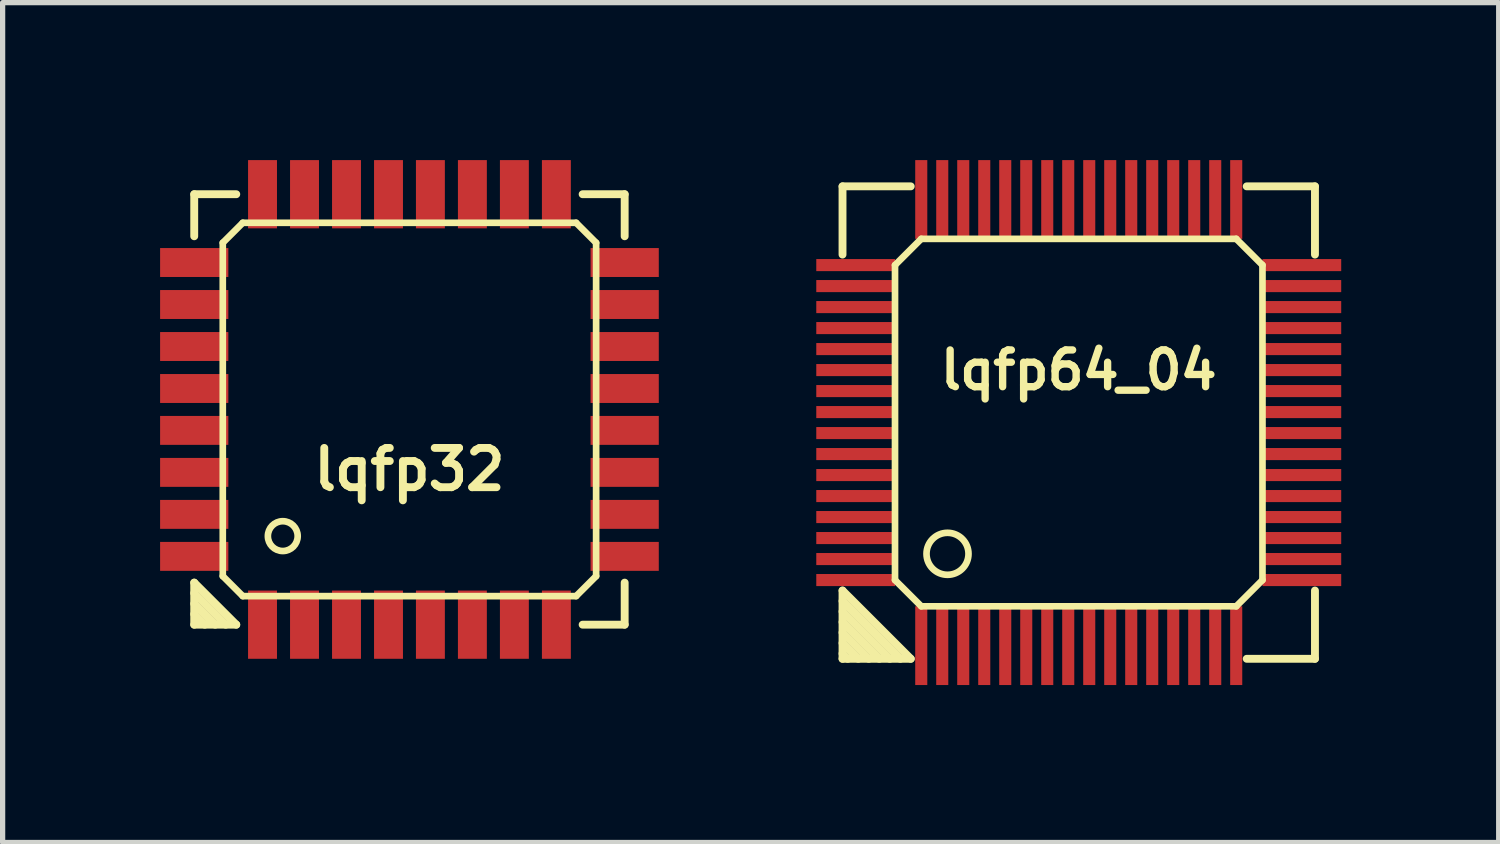
<source format=kicad_pcb>
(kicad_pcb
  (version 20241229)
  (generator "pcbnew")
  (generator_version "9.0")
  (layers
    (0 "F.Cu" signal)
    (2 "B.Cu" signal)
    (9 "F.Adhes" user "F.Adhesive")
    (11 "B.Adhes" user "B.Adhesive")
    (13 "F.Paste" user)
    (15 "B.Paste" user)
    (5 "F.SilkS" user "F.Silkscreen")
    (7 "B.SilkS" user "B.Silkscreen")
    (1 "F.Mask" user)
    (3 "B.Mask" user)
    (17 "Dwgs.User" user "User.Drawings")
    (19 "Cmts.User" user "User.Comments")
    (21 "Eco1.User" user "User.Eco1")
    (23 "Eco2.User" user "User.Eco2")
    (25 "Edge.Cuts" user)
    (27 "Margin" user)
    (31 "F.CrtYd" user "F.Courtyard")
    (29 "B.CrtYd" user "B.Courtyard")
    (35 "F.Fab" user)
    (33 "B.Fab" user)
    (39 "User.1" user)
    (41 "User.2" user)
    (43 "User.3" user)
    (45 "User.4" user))
  (footprint "lqfp64_04"
    (layer "F.Cu")
    (at 17.5 5)
    (property "Reference" "lqfp64_04" (at 0 -1 0) (layer "F.SilkS") (effects (font (size 0.7 0.7) (thickness 0.14))))
    (attr smd)
    (fp_line (start -4.5 -4.5) (end -3.2 -4.5) (stroke (width 0.15) (type solid)) (layer "F.SilkS"))
    (fp_line (start -4.5 -3.2) (end -4.5 -4.5) (stroke (width 0.15) (type solid)) (layer "F.SilkS"))
    (fp_line (start -4.5 3.2) (end -3.2 4.5) (stroke (width 0.15) (type solid)) (layer "F.SilkS"))
    (fp_line (start -4.5 3.4) (end -3.4 4.5) (stroke (width 0.15) (type solid)) (layer "F.SilkS"))
    (fp_line (start -4.5 3.8) (end -3.8 4.5) (stroke (width 0.15) (type solid)) (layer "F.SilkS"))
    (fp_line (start -4.5 4.2) (end -4.2 4.5) (stroke (width 0.15) (type solid)) (layer "F.SilkS"))
    (fp_line (start -4.5 4.5) (end -4.5 3.2) (stroke (width 0.15) (type solid)) (layer "F.SilkS"))
    (fp_line (start -4.4 4.5) (end -4.5 4.4) (stroke (width 0.15) (type solid)) (layer "F.SilkS"))
    (fp_line (start -4 4.5) (end -4.5 4) (stroke (width 0.15) (type solid)) (layer "F.SilkS"))
    (fp_line (start -3.6 4.5) (end -4.5 3.6) (stroke (width 0.15) (type solid)) (layer "F.SilkS"))
    (fp_line (start -3.5 -3) (end -3 -3.5) (stroke (width 0.127) (type solid)) (layer "F.SilkS"))
    (fp_line (start -3.5 3) (end -3.5 -3) (stroke (width 0.127) (type solid)) (layer "F.SilkS"))
    (fp_line (start -3.2 4.5) (end -4.5 4.5) (stroke (width 0.15) (type solid)) (layer "F.SilkS"))
    (fp_line (start -3 -3.5) (end 3 -3.5) (stroke (width 0.127) (type solid)) (layer "F.SilkS"))
    (fp_line (start -3 3.5) (end -3.5 3) (stroke (width 0.127) (type solid)) (layer "F.SilkS"))
    (fp_line (start 3 -3.5) (end 3.5 -3) (stroke (width 0.127) (type solid)) (layer "F.SilkS"))
    (fp_line (start 3 3.5) (end -3 3.5) (stroke (width 0.127) (type solid)) (layer "F.SilkS"))
    (fp_line (start 3.2 -4.5) (end 4.5 -4.5) (stroke (width 0.15) (type solid)) (layer "F.SilkS"))
    (fp_line (start 3.5 3) (end 3 3.5) (stroke (width 0.127) (type solid)) (layer "F.SilkS"))
    (fp_line (start 3.5 3) (end 3.5 -3) (stroke (width 0.127) (type solid)) (layer "F.SilkS"))
    (fp_line (start 4.5 -4.5) (end 4.5 -3.2) (stroke (width 0.15) (type solid)) (layer "F.SilkS"))
    (fp_line (start 4.5 3.2) (end 4.5 4.5) (stroke (width 0.15) (type solid)) (layer "F.SilkS"))
    (fp_line (start 4.5 4.5) (end 3.2 4.5) (stroke (width 0.15) (type solid)) (layer "F.SilkS"))
    (fp_circle (center -2.5 2.5) (end -2.1 2.5) (stroke (width 0.127) (type solid)) (fill no) (layer "F.SilkS"))
    (pad "1" smd rect (at -3 4.25) (size 0.23 1.5) (layers "F.Cu" "F.Mask" "F.Paste"))
    (pad "2" smd rect (at -2.6 4.25) (size 0.23 1.5) (layers "F.Cu" "F.Mask" "F.Paste"))
    (pad "3" smd rect (at -2.2 4.25) (size 0.23 1.5) (layers "F.Cu" "F.Mask" "F.Paste"))
    (pad "4" smd rect (at -1.8 4.25) (size 0.23 1.5) (layers "F.Cu" "F.Mask" "F.Paste"))
    (pad "5" smd rect (at -1.4 4.25) (size 0.23 1.5) (layers "F.Cu" "F.Mask" "F.Paste"))
    (pad "6" smd rect (at -1 4.25) (size 0.23 1.5) (layers "F.Cu" "F.Mask" "F.Paste"))
    (pad "7" smd rect (at -0.6 4.25) (size 0.23 1.5) (layers "F.Cu" "F.Mask" "F.Paste"))
    (pad "8" smd rect (at -0.2 4.25) (size 0.23 1.5) (layers "F.Cu" "F.Mask" "F.Paste"))
    (pad "9" smd rect (at 0.2 4.25) (size 0.23 1.5) (layers "F.Cu" "F.Mask" "F.Paste"))
    (pad "10" smd rect (at 0.6 4.25) (size 0.23 1.5) (layers "F.Cu" "F.Mask" "F.Paste"))
    (pad "11" smd rect (at 1 4.25) (size 0.23 1.5) (layers "F.Cu" "F.Mask" "F.Paste"))
    (pad "12" smd rect (at 1.4 4.25) (size 0.23 1.5) (layers "F.Cu" "F.Mask" "F.Paste"))
    (pad "13" smd rect (at 1.8 4.25) (size 0.23 1.5) (layers "F.Cu" "F.Mask" "F.Paste"))
    (pad "14" smd rect (at 2.2 4.25) (size 0.23 1.5) (layers "F.Cu" "F.Mask" "F.Paste"))
    (pad "15" smd rect (at 2.6 4.25) (size 0.23 1.5) (layers "F.Cu" "F.Mask" "F.Paste"))
    (pad "16" smd rect (at 3 4.25) (size 0.23 1.5) (layers "F.Cu" "F.Mask" "F.Paste"))
    (pad "17" smd rect (at 4.25 3) (size 1.5 0.23) (layers "F.Cu" "F.Mask" "F.Paste"))
    (pad "18" smd rect (at 4.25 2.6) (size 1.5 0.23) (layers "F.Cu" "F.Mask" "F.Paste"))
    (pad "19" smd rect (at 4.25 2.2) (size 1.5 0.23) (layers "F.Cu" "F.Mask" "F.Paste"))
    (pad "20" smd rect (at 4.25 1.8) (size 1.5 0.23) (layers "F.Cu" "F.Mask" "F.Paste"))
    (pad "21" smd rect (at 4.25 1.4) (size 1.5 0.23) (layers "F.Cu" "F.Mask" "F.Paste"))
    (pad "22" smd rect (at 4.25 1) (size 1.5 0.23) (layers "F.Cu" "F.Mask" "F.Paste"))
    (pad "23" smd rect (at 4.25 0.6) (size 1.5 0.23) (layers "F.Cu" "F.Mask" "F.Paste"))
    (pad "24" smd rect (at 4.25 0.2) (size 1.5 0.23) (layers "F.Cu" "F.Mask" "F.Paste"))
    (pad "25" smd rect (at 4.25 -0.2) (size 1.5 0.23) (layers "F.Cu" "F.Mask" "F.Paste"))
    (pad "26" smd rect (at 4.25 -0.6) (size 1.5 0.23) (layers "F.Cu" "F.Mask" "F.Paste"))
    (pad "27" smd rect (at 4.25 -1) (size 1.5 0.23) (layers "F.Cu" "F.Mask" "F.Paste"))
    (pad "28" smd rect (at 4.25 -1.4) (size 1.5 0.23) (layers "F.Cu" "F.Mask" "F.Paste"))
    (pad "29" smd rect (at 4.25 -1.8) (size 1.5 0.23) (layers "F.Cu" "F.Mask" "F.Paste"))
    (pad "30" smd rect (at 4.25 -2.2) (size 1.5 0.23) (layers "F.Cu" "F.Mask" "F.Paste"))
    (pad "31" smd rect (at 4.25 -2.6) (size 1.5 0.23) (layers "F.Cu" "F.Mask" "F.Paste"))
    (pad "32" smd rect (at 4.25 -3) (size 1.5 0.23) (layers "F.Cu" "F.Mask" "F.Paste"))
    (pad "33" smd rect (at 3 -4.25) (size 0.23 1.5) (layers "F.Cu" "F.Mask" "F.Paste"))
    (pad "34" smd rect (at 2.6 -4.25) (size 0.23 1.5) (layers "F.Cu" "F.Mask" "F.Paste"))
    (pad "35" smd rect (at 2.2 -4.25) (size 0.23 1.5) (layers "F.Cu" "F.Mask" "F.Paste"))
    (pad "36" smd rect (at 1.8 -4.25) (size 0.23 1.5) (layers "F.Cu" "F.Mask" "F.Paste"))
    (pad "37" smd rect (at 1.4 -4.25) (size 0.23 1.5) (layers "F.Cu" "F.Mask" "F.Paste"))
    (pad "38" smd rect (at 1 -4.25) (size 0.23 1.5) (layers "F.Cu" "F.Mask" "F.Paste"))
    (pad "39" smd rect (at 0.6 -4.25) (size 0.23 1.5) (layers "F.Cu" "F.Mask" "F.Paste"))
    (pad "40" smd rect (at 0.2 -4.25) (size 0.23 1.5) (layers "F.Cu" "F.Mask" "F.Paste"))
    (pad "41" smd rect (at -0.2 -4.25) (size 0.23 1.5) (layers "F.Cu" "F.Mask" "F.Paste"))
    (pad "42" smd rect (at -0.6 -4.25) (size 0.23 1.5) (layers "F.Cu" "F.Mask" "F.Paste"))
    (pad "43" smd rect (at -1 -4.25) (size 0.23 1.5) (layers "F.Cu" "F.Mask" "F.Paste"))
    (pad "44" smd rect (at -1.4 -4.25) (size 0.23 1.5) (layers "F.Cu" "F.Mask" "F.Paste"))
    (pad "45" smd rect (at -1.8 -4.25) (size 0.23 1.5) (layers "F.Cu" "F.Mask" "F.Paste"))
    (pad "46" smd rect (at -2.2 -4.25) (size 0.23 1.5) (layers "F.Cu" "F.Mask" "F.Paste"))
    (pad "47" smd rect (at -2.6 -4.25) (size 0.23 1.5) (layers "F.Cu" "F.Mask" "F.Paste"))
    (pad "48" smd rect (at -3 -4.25) (size 0.23 1.5) (layers "F.Cu" "F.Mask" "F.Paste"))
    (pad "49" smd rect (at -4.25 -3) (size 1.5 0.23) (layers "F.Cu" "F.Mask" "F.Paste"))
    (pad "50" smd rect (at -4.25 -2.6) (size 1.5 0.23) (layers "F.Cu" "F.Mask" "F.Paste"))
    (pad "51" smd rect (at -4.25 -2.2) (size 1.5 0.23) (layers "F.Cu" "F.Mask" "F.Paste"))
    (pad "52" smd rect (at -4.25 -1.8) (size 1.5 0.23) (layers "F.Cu" "F.Mask" "F.Paste"))
    (pad "53" smd rect (at -4.25 -1.4) (size 1.5 0.23) (layers "F.Cu" "F.Mask" "F.Paste"))
    (pad "54" smd rect (at -4.25 -1) (size 1.5 0.23) (layers "F.Cu" "F.Mask" "F.Paste"))
    (pad "55" smd rect (at -4.25 -0.6) (size 1.5 0.23) (layers "F.Cu" "F.Mask" "F.Paste"))
    (pad "56" smd rect (at -4.25 -0.2) (size 1.5 0.23) (layers "F.Cu" "F.Mask" "F.Paste"))
    (pad "57" smd rect (at -4.25 0.2) (size 1.5 0.23) (layers "F.Cu" "F.Mask" "F.Paste"))
    (pad "58" smd rect (at -4.25 0.6) (size 1.5 0.23) (layers "F.Cu" "F.Mask" "F.Paste"))
    (pad "59" smd rect (at -4.25 1) (size 1.5 0.23) (layers "F.Cu" "F.Mask" "F.Paste"))
    (pad "60" smd rect (at -4.25 1.4) (size 1.5 0.23) (layers "F.Cu" "F.Mask" "F.Paste"))
    (pad "61" smd rect (at -4.25 1.8) (size 1.5 0.23) (layers "F.Cu" "F.Mask" "F.Paste"))
    (pad "62" smd rect (at -4.25 2.2) (size 1.5 0.23) (layers "F.Cu" "F.Mask" "F.Paste"))
    (pad "63" smd rect (at -4.25 2.6) (size 1.5 0.23) (layers "F.Cu" "F.Mask" "F.Paste"))
    (pad "64" smd rect (at -4.25 3) (size 1.5 0.23) (layers "F.Cu" "F.Mask" "F.Paste")))
  (footprint "lqfp32"
    (layer "F.Cu")
    (at 4.75 4.75)
    (property "Reference" "lqfp32" (at 0 1.143 0) (layer "F.SilkS") (effects (font (size 0.749 0.749) (thickness 0.15))))
    (attr smd)
    (fp_line (start -4.1 -4.1) (end -3.299 -4.1) (stroke (width 0.15) (type solid)) (layer "F.SilkS"))
    (fp_line (start -4.1 -3.299) (end -4.1 -4.1) (stroke (width 0.15) (type solid)) (layer "F.SilkS"))
    (fp_line (start -4.1 3.299) (end -3.299 4.1) (stroke (width 0.15) (type solid)) (layer "F.SilkS"))
    (fp_line (start -4.1 3.701) (end -3.701 4.1) (stroke (width 0.15) (type solid)) (layer "F.SilkS"))
    (fp_line (start -4.1 4.1) (end -4.1 3.299) (stroke (width 0.15) (type solid)) (layer "F.SilkS"))
    (fp_line (start -3.899 4.1) (end -4.1 3.899) (stroke (width 0.15) (type solid)) (layer "F.SilkS"))
    (fp_line (start -3.556 -3.175) (end -3.175 -3.556) (stroke (width 0.127) (type solid)) (layer "F.SilkS"))
    (fp_line (start -3.556 3.175) (end -3.556 -3.175) (stroke (width 0.127) (type solid)) (layer "F.SilkS"))
    (fp_line (start -3.5 4.1) (end -4.1 3.5) (stroke (width 0.15) (type solid)) (layer "F.SilkS"))
    (fp_line (start -3.299 4.1) (end -4.1 4.1) (stroke (width 0.15) (type solid)) (layer "F.SilkS"))
    (fp_line (start -3.175 -3.556) (end 3.175 -3.556) (stroke (width 0.127) (type solid)) (layer "F.SilkS"))
    (fp_line (start -3.175 3.556) (end -3.556 3.175) (stroke (width 0.127) (type solid)) (layer "F.SilkS"))
    (fp_line (start 3.175 -3.556) (end 3.556 -3.175) (stroke (width 0.127) (type solid)) (layer "F.SilkS"))
    (fp_line (start 3.175 3.556) (end -3.175 3.556) (stroke (width 0.127) (type solid)) (layer "F.SilkS"))
    (fp_line (start 3.299 -4.1) (end 4.1 -4.1) (stroke (width 0.15) (type solid)) (layer "F.SilkS"))
    (fp_line (start 3.556 -3.175) (end 3.556 3.175) (stroke (width 0.127) (type solid)) (layer "F.SilkS"))
    (fp_line (start 3.556 3.175) (end 3.175 3.556) (stroke (width 0.127) (type solid)) (layer "F.SilkS"))
    (fp_line (start 4.1 -4.1) (end 4.1 -3.299) (stroke (width 0.15) (type solid)) (layer "F.SilkS"))
    (fp_line (start 4.1 3.299) (end 4.1 4.1) (stroke (width 0.15) (type solid)) (layer "F.SilkS"))
    (fp_line (start 4.1 4.1) (end 3.299 4.1) (stroke (width 0.15) (type solid)) (layer "F.SilkS"))
    (fp_circle (center -2.413 2.413) (end -2.667 2.54) (stroke (width 0.127) (type solid)) (fill no) (layer "F.SilkS"))
    (pad "1" smd rect (at -2.799 4.1) (size 0.551 1.3) (layers "F.Cu" "F.Mask" "F.Paste"))
    (pad "2" smd rect (at -1.999 4.1) (size 0.551 1.3) (layers "F.Cu" "F.Mask" "F.Paste"))
    (pad "3" smd rect (at -1.199 4.1) (size 0.551 1.3) (layers "F.Cu" "F.Mask" "F.Paste"))
    (pad "4" smd rect (at -0.399 4.1) (size 0.551 1.3) (layers "F.Cu" "F.Mask" "F.Paste"))
    (pad "5" smd rect (at 0.399 4.1) (size 0.551 1.3) (layers "F.Cu" "F.Mask" "F.Paste"))
    (pad "6" smd rect (at 1.199 4.1) (size 0.551 1.3) (layers "F.Cu" "F.Mask" "F.Paste"))
    (pad "7" smd rect (at 1.999 4.1) (size 0.551 1.3) (layers "F.Cu" "F.Mask" "F.Paste"))
    (pad "8" smd rect (at 2.799 4.1) (size 0.551 1.3) (layers "F.Cu" "F.Mask" "F.Paste"))
    (pad "9" smd rect (at 4.1 2.799) (size 1.3 0.551) (layers "F.Cu" "F.Mask" "F.Paste"))
    (pad "10" smd rect (at 4.1 1.999) (size 1.3 0.551) (layers "F.Cu" "F.Mask" "F.Paste"))
    (pad "11" smd rect (at 4.1 1.199) (size 1.3 0.551) (layers "F.Cu" "F.Mask" "F.Paste"))
    (pad "12" smd rect (at 4.1 0.399) (size 1.3 0.551) (layers "F.Cu" "F.Mask" "F.Paste"))
    (pad "13" smd rect (at 4.1 -0.399) (size 1.3 0.551) (layers "F.Cu" "F.Mask" "F.Paste"))
    (pad "14" smd rect (at 4.1 -1.199) (size 1.3 0.551) (layers "F.Cu" "F.Mask" "F.Paste"))
    (pad "15" smd rect (at 4.1 -1.999) (size 1.3 0.551) (layers "F.Cu" "F.Mask" "F.Paste"))
    (pad "16" smd rect (at 4.1 -2.799) (size 1.3 0.551) (layers "F.Cu" "F.Mask" "F.Paste"))
    (pad "17" smd rect (at 2.799 -4.1) (size 0.551 1.3) (layers "F.Cu" "F.Mask" "F.Paste"))
    (pad "18" smd rect (at 1.999 -4.1) (size 0.551 1.3) (layers "F.Cu" "F.Mask" "F.Paste"))
    (pad "19" smd rect (at 1.199 -4.1) (size 0.551 1.3) (layers "F.Cu" "F.Mask" "F.Paste"))
    (pad "20" smd rect (at 0.399 -4.1) (size 0.551 1.3) (layers "F.Cu" "F.Mask" "F.Paste"))
    (pad "21" smd rect (at -0.399 -4.1) (size 0.551 1.3) (layers "F.Cu" "F.Mask" "F.Paste"))
    (pad "22" smd rect (at -1.199 -4.1) (size 0.551 1.3) (layers "F.Cu" "F.Mask" "F.Paste"))
    (pad "23" smd rect (at -1.999 -4.1) (size 0.551 1.3) (layers "F.Cu" "F.Mask" "F.Paste"))
    (pad "24" smd rect (at -2.799 -4.1) (size 0.551 1.3) (layers "F.Cu" "F.Mask" "F.Paste"))
    (pad "25" smd rect (at -4.1 -2.799) (size 1.3 0.551) (layers "F.Cu" "F.Mask" "F.Paste"))
    (pad "26" smd rect (at -4.1 -1.999) (size 1.3 0.551) (layers "F.Cu" "F.Mask" "F.Paste"))
    (pad "27" smd rect (at -4.1 -1.199) (size 1.3 0.551) (layers "F.Cu" "F.Mask" "F.Paste"))
    (pad "28" smd rect (at -4.1 -0.399) (size 1.3 0.551) (layers "F.Cu" "F.Mask" "F.Paste"))
    (pad "29" smd rect (at -4.1 0.399) (size 1.3 0.551) (layers "F.Cu" "F.Mask" "F.Paste"))
    (pad "30" smd rect (at -4.1 1.199) (size 1.3 0.551) (layers "F.Cu" "F.Mask" "F.Paste"))
    (pad "31" smd rect (at -4.1 1.999) (size 1.3 0.551) (layers "F.Cu" "F.Mask" "F.Paste"))
    (pad "32" smd rect (at -4.1 2.799) (size 1.3 0.551) (layers "F.Cu" "F.Mask" "F.Paste")))
  (gr_rect
    (start -3 -3)
    (end 25.5 13)
    (stroke (width 0.1) (type default))
    (fill no)
    (layer "Edge.Cuts")))
</source>
